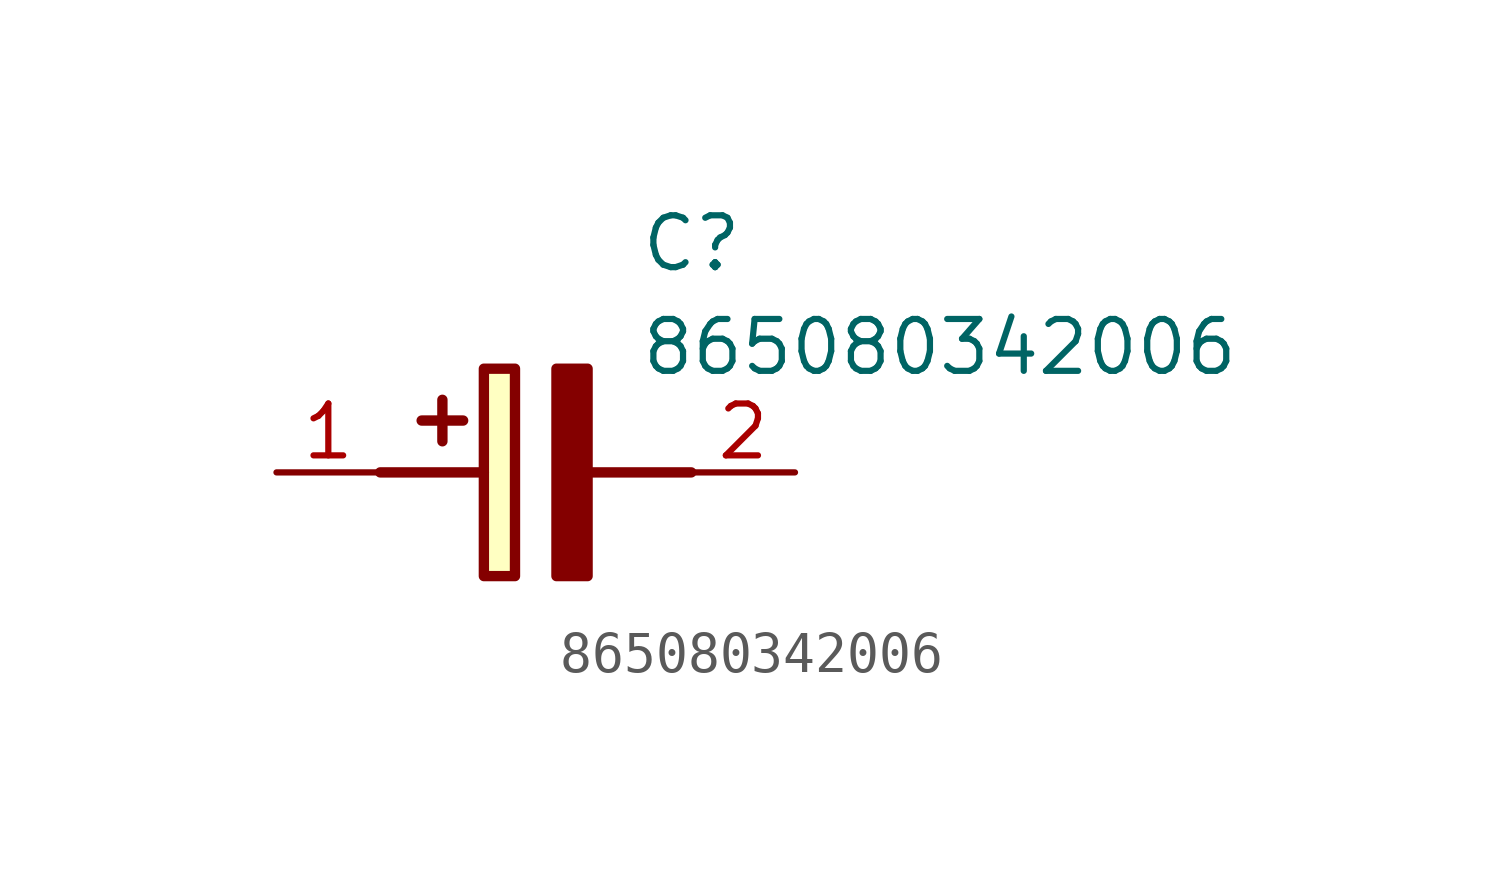
<source format=kicad_sym>
(kicad_symbol_lib
  (version 20211014)
  (generator SamacSys_ECAD_Model)
  (symbol "865080342006"
    (pin_names hide)
    (property "Reference" "C"
      (at 8.89 6.35 0)
      (effects (font (size 1.27 1.27)) (justify left top)))
    (property "Value" "865080342006"
      (at 8.89 3.81 0)
      (effects (font (size 1.27 1.27)) (justify left top)))
    (rectangle
      (start 5.08 2.54)
      (end 5.842 -2.54)
      (stroke (width 0.254) (type default))
      (fill (type background)))
    (polyline
      (pts (xy 4.572 1.27) (xy 3.556 1.27))
      (stroke (width 0.254) (type default))
      (fill (type none)))
    (polyline
      (pts (xy 4.064 1.778) (xy 4.064 0.762))
      (stroke (width 0.254) (type default))
      (fill (type none)))
    (polyline
      (pts (xy 2.54 0) (xy 5.08 0))
      (stroke (width 0.254) (type default))
      (fill (type none)))
    (polyline
      (pts (xy 7.62 0) (xy 10.16 0))
      (stroke (width 0.254) (type default))
      (fill (type none)))
    (polyline
      (pts (xy 7.62 2.54) (xy 7.62 -2.54) (xy 6.858 -2.54) (xy 6.858 2.54) (xy 7.62 2.54))
      (stroke (width 0.254) (type default))
      (fill (type outline)))
    (pin passive line
      (at 0 0 0)
      (length 2.54)
      (name "+" (effects (font (size 1.27 1.27))))
      (number "1" (effects (font (size 1.27 1.27)))))
    (pin passive line
      (at 12.7 0 180)
      (length 2.54)
      (name "-" (effects (font (size 1.27 1.27))))
      (number "2" (effects (font (size 1.27 1.27)))))))
</source>
